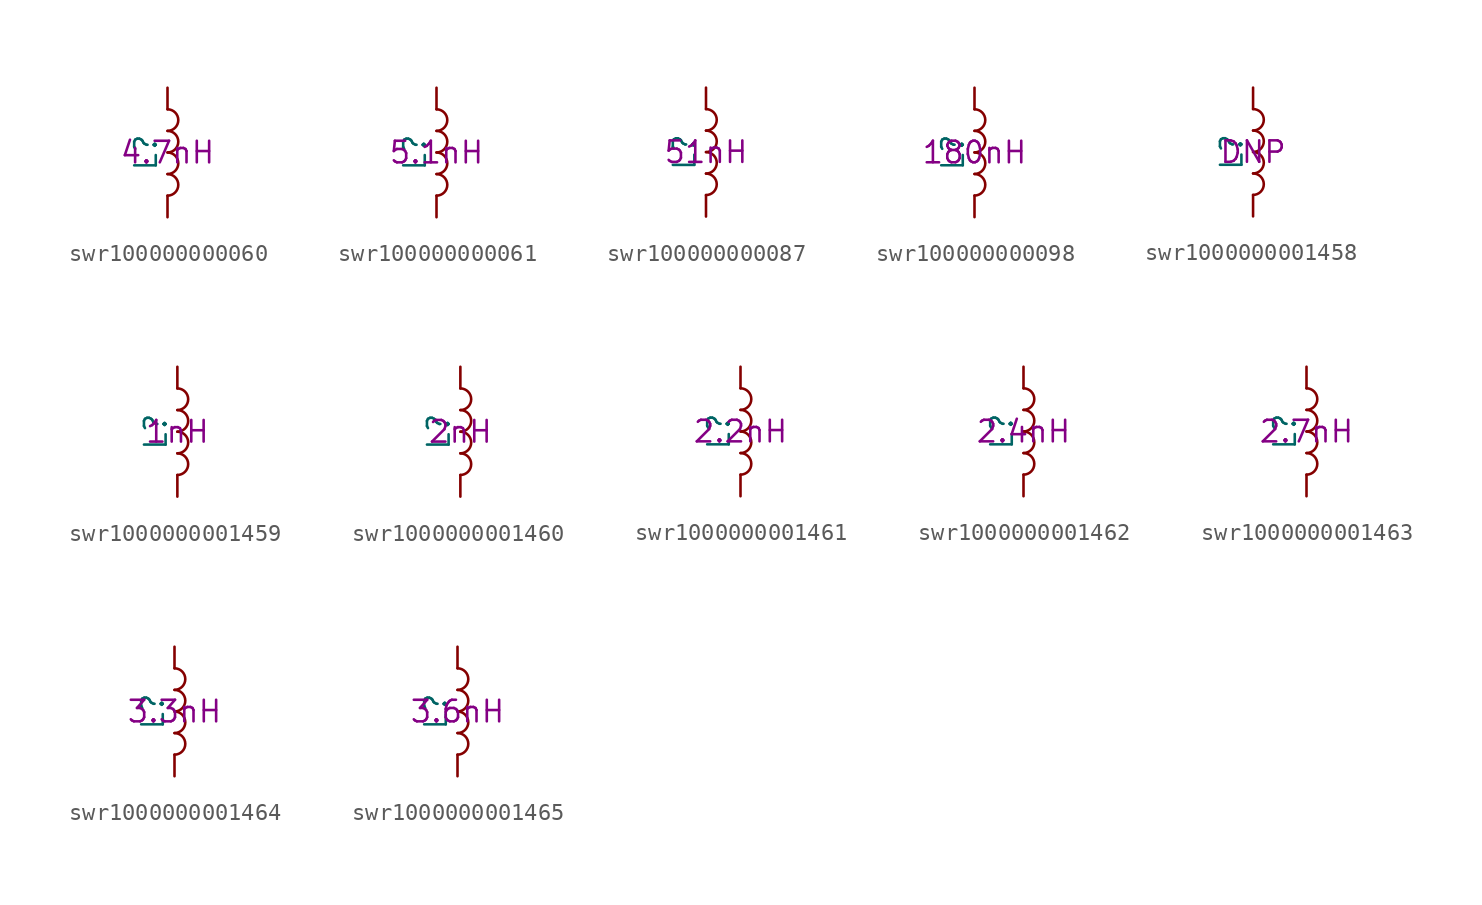
<source format=kicad_sym>
(kicad_symbol_lib
  (version 20220914)
  (generator kicad_symbol_editor)
  (symbol "swr100000000060"
    (pin_numbers hide)
    (pin_names
      (offset 1.016) hide)
    (property "Reference" "L"
      (at -1.27 0 90)
      (effects (font (size 1.27 1.27))))
    (property "PartValue" "4.7nH"
      (at 0 0 0)
      (effects (font (size 1.27 1.27))))
    (symbol "swr100000000060_0_1"
      (arc (start 0 -2.54) (mid 0.6323 -1.905) (end 0 -1.27) (stroke (width 0) (type default)) (fill (type none)))
      (arc (start 0 -1.27) (mid 0.6323 -0.635) (end 0 0) (stroke (width 0) (type default)) (fill (type none)))
      (arc (start 0 0) (mid 0.6323 0.635) (end 0 1.27) (stroke (width 0) (type default)) (fill (type none)))
      (arc (start 0 1.27) (mid 0.6323 1.905) (end 0 2.54) (stroke (width 0) (type default)) (fill (type none))))
    (symbol "swr100000000060_1_1"
      (pin passive line (at 0 3.81 270) (length 1.27) (name "1" (effects (font (size 1.27 1.27)))) (number "1" (effects (font (size 1.27 1.27)))))
      (pin passive line (at 0 -3.81 90) (length 1.27) (name "2" (effects (font (size 1.27 1.27)))) (number "2" (effects (font (size 1.27 1.27)))))))
  (symbol "swr100000000061"
    (pin_numbers hide)
    (pin_names
      (offset 1.016) hide)
    (property "Reference" "L"
      (at -1.27 0 90)
      (effects (font (size 1.27 1.27))))
    (property "PartValue" "5.1nH"
      (at 0 0 0)
      (effects (font (size 1.27 1.27))))
    (symbol "swr100000000061_0_1"
      (arc (start 0 -2.54) (mid 0.6323 -1.905) (end 0 -1.27) (stroke (width 0) (type default)) (fill (type none)))
      (arc (start 0 -1.27) (mid 0.6323 -0.635) (end 0 0) (stroke (width 0) (type default)) (fill (type none)))
      (arc (start 0 0) (mid 0.6323 0.635) (end 0 1.27) (stroke (width 0) (type default)) (fill (type none)))
      (arc (start 0 1.27) (mid 0.6323 1.905) (end 0 2.54) (stroke (width 0) (type default)) (fill (type none))))
    (symbol "swr100000000061_1_1"
      (pin passive line (at 0 3.81 270) (length 1.27) (name "1" (effects (font (size 1.27 1.27)))) (number "1" (effects (font (size 1.27 1.27)))))
      (pin passive line (at 0 -3.81 90) (length 1.27) (name "2" (effects (font (size 1.27 1.27)))) (number "2" (effects (font (size 1.27 1.27)))))))
  (symbol "swr100000000087"
    (pin_numbers hide)
    (pin_names
      (offset 1.016) hide)
    (property "Reference" "L"
      (at -1.27 0 90)
      (effects (font (size 1.27 1.27))))
    (property "PartValue" "51nH"
      (at 0 0 0)
      (effects (font (size 1.27 1.27))))
    (symbol "swr100000000087_0_1"
      (arc (start 0 -2.54) (mid 0.6323 -1.905) (end 0 -1.27) (stroke (width 0) (type default)) (fill (type none)))
      (arc (start 0 -1.27) (mid 0.6323 -0.635) (end 0 0) (stroke (width 0) (type default)) (fill (type none)))
      (arc (start 0 0) (mid 0.6323 0.635) (end 0 1.27) (stroke (width 0) (type default)) (fill (type none)))
      (arc (start 0 1.27) (mid 0.6323 1.905) (end 0 2.54) (stroke (width 0) (type default)) (fill (type none))))
    (symbol "swr100000000087_1_1"
      (pin passive line (at 0 3.81 270) (length 1.27) (name "1" (effects (font (size 1.27 1.27)))) (number "1" (effects (font (size 1.27 1.27)))))
      (pin passive line (at 0 -3.81 90) (length 1.27) (name "2" (effects (font (size 1.27 1.27)))) (number "2" (effects (font (size 1.27 1.27)))))))
  (symbol "swr100000000098"
    (pin_numbers hide)
    (pin_names
      (offset 1.016) hide)
    (property "Reference" "L"
      (at -1.27 0 90)
      (effects (font (size 1.27 1.27))))
    (property "PartValue" "180nH"
      (at 0 0 0)
      (effects (font (size 1.27 1.27))))
    (symbol "swr100000000098_0_1"
      (arc (start 0 -2.54) (mid 0.6323 -1.905) (end 0 -1.27) (stroke (width 0) (type default)) (fill (type none)))
      (arc (start 0 -1.27) (mid 0.6323 -0.635) (end 0 0) (stroke (width 0) (type default)) (fill (type none)))
      (arc (start 0 0) (mid 0.6323 0.635) (end 0 1.27) (stroke (width 0) (type default)) (fill (type none)))
      (arc (start 0 1.27) (mid 0.6323 1.905) (end 0 2.54) (stroke (width 0) (type default)) (fill (type none))))
    (symbol "swr100000000098_1_1"
      (pin passive line (at 0 3.81 270) (length 1.27) (name "1" (effects (font (size 1.27 1.27)))) (number "1" (effects (font (size 1.27 1.27)))))
      (pin passive line (at 0 -3.81 90) (length 1.27) (name "2" (effects (font (size 1.27 1.27)))) (number "2" (effects (font (size 1.27 1.27)))))))
  (symbol "swr1000000001458"
    (pin_numbers hide)
    (pin_names
      (offset 1.016) hide)
    (property "Reference" "L"
      (at -1.27 0 90)
      (effects (font (size 1.27 1.27))))
    (property "PartValue" "DNP"
      (at 0 0 0)
      (effects (font (size 1.27 1.27))))
    (symbol "swr1000000001458_0_1"
      (arc (start 0 -2.54) (mid 0.6323 -1.905) (end 0 -1.27) (stroke (width 0) (type default)) (fill (type none)))
      (arc (start 0 -1.27) (mid 0.6323 -0.635) (end 0 0) (stroke (width 0) (type default)) (fill (type none)))
      (arc (start 0 0) (mid 0.6323 0.635) (end 0 1.27) (stroke (width 0) (type default)) (fill (type none)))
      (arc (start 0 1.27) (mid 0.6323 1.905) (end 0 2.54) (stroke (width 0) (type default)) (fill (type none))))
    (symbol "swr1000000001458_1_1"
      (pin passive line (at 0 3.81 270) (length 1.27) (name "1" (effects (font (size 1.27 1.27)))) (number "1" (effects (font (size 1.27 1.27)))))
      (pin passive line (at 0 -3.81 90) (length 1.27) (name "2" (effects (font (size 1.27 1.27)))) (number "2" (effects (font (size 1.27 1.27)))))))
  (symbol "swr1000000001459"
    (pin_numbers hide)
    (pin_names
      (offset 1.016) hide)
    (property "Reference" "L"
      (at -1.27 0 90)
      (effects (font (size 1.27 1.27))))
    (property "PartValue" "1nH"
      (at 0 0 0)
      (effects (font (size 1.27 1.27))))
    (symbol "swr1000000001459_0_1"
      (arc (start 0 -2.54) (mid 0.6323 -1.905) (end 0 -1.27) (stroke (width 0) (type default)) (fill (type none)))
      (arc (start 0 -1.27) (mid 0.6323 -0.635) (end 0 0) (stroke (width 0) (type default)) (fill (type none)))
      (arc (start 0 0) (mid 0.6323 0.635) (end 0 1.27) (stroke (width 0) (type default)) (fill (type none)))
      (arc (start 0 1.27) (mid 0.6323 1.905) (end 0 2.54) (stroke (width 0) (type default)) (fill (type none))))
    (symbol "swr1000000001459_1_1"
      (pin passive line (at 0 3.81 270) (length 1.27) (name "1" (effects (font (size 1.27 1.27)))) (number "1" (effects (font (size 1.27 1.27)))))
      (pin passive line (at 0 -3.81 90) (length 1.27) (name "2" (effects (font (size 1.27 1.27)))) (number "2" (effects (font (size 1.27 1.27)))))))
  (symbol "swr1000000001460"
    (pin_numbers hide)
    (pin_names
      (offset 1.016) hide)
    (property "Reference" "L"
      (at -1.27 0 90)
      (effects (font (size 1.27 1.27))))
    (property "PartValue" "2nH"
      (at 0 0 0)
      (effects (font (size 1.27 1.27))))
    (symbol "swr1000000001460_0_1"
      (arc (start 0 -2.54) (mid 0.6323 -1.905) (end 0 -1.27) (stroke (width 0) (type default)) (fill (type none)))
      (arc (start 0 -1.27) (mid 0.6323 -0.635) (end 0 0) (stroke (width 0) (type default)) (fill (type none)))
      (arc (start 0 0) (mid 0.6323 0.635) (end 0 1.27) (stroke (width 0) (type default)) (fill (type none)))
      (arc (start 0 1.27) (mid 0.6323 1.905) (end 0 2.54) (stroke (width 0) (type default)) (fill (type none))))
    (symbol "swr1000000001460_1_1"
      (pin passive line (at 0 3.81 270) (length 1.27) (name "1" (effects (font (size 1.27 1.27)))) (number "1" (effects (font (size 1.27 1.27)))))
      (pin passive line (at 0 -3.81 90) (length 1.27) (name "2" (effects (font (size 1.27 1.27)))) (number "2" (effects (font (size 1.27 1.27)))))))
  (symbol "swr1000000001461"
    (pin_numbers hide)
    (pin_names
      (offset 1.016) hide)
    (property "Reference" "L"
      (at -1.27 0 90)
      (effects (font (size 1.27 1.27))))
    (property "PartValue" "2.2nH"
      (at 0 0 0)
      (effects (font (size 1.27 1.27))))
    (symbol "swr1000000001461_0_1"
      (arc (start 0 -2.54) (mid 0.6323 -1.905) (end 0 -1.27) (stroke (width 0) (type default)) (fill (type none)))
      (arc (start 0 -1.27) (mid 0.6323 -0.635) (end 0 0) (stroke (width 0) (type default)) (fill (type none)))
      (arc (start 0 0) (mid 0.6323 0.635) (end 0 1.27) (stroke (width 0) (type default)) (fill (type none)))
      (arc (start 0 1.27) (mid 0.6323 1.905) (end 0 2.54) (stroke (width 0) (type default)) (fill (type none))))
    (symbol "swr1000000001461_1_1"
      (pin passive line (at 0 3.81 270) (length 1.27) (name "1" (effects (font (size 1.27 1.27)))) (number "1" (effects (font (size 1.27 1.27)))))
      (pin passive line (at 0 -3.81 90) (length 1.27) (name "2" (effects (font (size 1.27 1.27)))) (number "2" (effects (font (size 1.27 1.27)))))))
  (symbol "swr1000000001462"
    (pin_numbers hide)
    (pin_names
      (offset 1.016) hide)
    (property "Reference" "L"
      (at -1.27 0 90)
      (effects (font (size 1.27 1.27))))
    (property "PartValue" "2.4nH"
      (at 0 0 0)
      (effects (font (size 1.27 1.27))))
    (symbol "swr1000000001462_0_1"
      (arc (start 0 -2.54) (mid 0.6323 -1.905) (end 0 -1.27) (stroke (width 0) (type default)) (fill (type none)))
      (arc (start 0 -1.27) (mid 0.6323 -0.635) (end 0 0) (stroke (width 0) (type default)) (fill (type none)))
      (arc (start 0 0) (mid 0.6323 0.635) (end 0 1.27) (stroke (width 0) (type default)) (fill (type none)))
      (arc (start 0 1.27) (mid 0.6323 1.905) (end 0 2.54) (stroke (width 0) (type default)) (fill (type none))))
    (symbol "swr1000000001462_1_1"
      (pin passive line (at 0 3.81 270) (length 1.27) (name "1" (effects (font (size 1.27 1.27)))) (number "1" (effects (font (size 1.27 1.27)))))
      (pin passive line (at 0 -3.81 90) (length 1.27) (name "2" (effects (font (size 1.27 1.27)))) (number "2" (effects (font (size 1.27 1.27)))))))
  (symbol "swr1000000001463"
    (pin_numbers hide)
    (pin_names
      (offset 1.016) hide)
    (property "Reference" "L"
      (at -1.27 0 90)
      (effects (font (size 1.27 1.27))))
    (property "PartValue" "2.7nH"
      (at 0 0 0)
      (effects (font (size 1.27 1.27))))
    (symbol "swr1000000001463_0_1"
      (arc (start 0 -2.54) (mid 0.6323 -1.905) (end 0 -1.27) (stroke (width 0) (type default)) (fill (type none)))
      (arc (start 0 -1.27) (mid 0.6323 -0.635) (end 0 0) (stroke (width 0) (type default)) (fill (type none)))
      (arc (start 0 0) (mid 0.6323 0.635) (end 0 1.27) (stroke (width 0) (type default)) (fill (type none)))
      (arc (start 0 1.27) (mid 0.6323 1.905) (end 0 2.54) (stroke (width 0) (type default)) (fill (type none))))
    (symbol "swr1000000001463_1_1"
      (pin passive line (at 0 3.81 270) (length 1.27) (name "1" (effects (font (size 1.27 1.27)))) (number "1" (effects (font (size 1.27 1.27)))))
      (pin passive line (at 0 -3.81 90) (length 1.27) (name "2" (effects (font (size 1.27 1.27)))) (number "2" (effects (font (size 1.27 1.27)))))))
  (symbol "swr1000000001464"
    (pin_numbers hide)
    (pin_names
      (offset 1.016) hide)
    (property "Reference" "L"
      (at -1.27 0 90)
      (effects (font (size 1.27 1.27))))
    (property "PartValue" "3.3nH"
      (at 0 0 0)
      (effects (font (size 1.27 1.27))))
    (symbol "swr1000000001464_0_1"
      (arc (start 0 -2.54) (mid 0.6323 -1.905) (end 0 -1.27) (stroke (width 0) (type default)) (fill (type none)))
      (arc (start 0 -1.27) (mid 0.6323 -0.635) (end 0 0) (stroke (width 0) (type default)) (fill (type none)))
      (arc (start 0 0) (mid 0.6323 0.635) (end 0 1.27) (stroke (width 0) (type default)) (fill (type none)))
      (arc (start 0 1.27) (mid 0.6323 1.905) (end 0 2.54) (stroke (width 0) (type default)) (fill (type none))))
    (symbol "swr1000000001464_1_1"
      (pin passive line (at 0 3.81 270) (length 1.27) (name "1" (effects (font (size 1.27 1.27)))) (number "1" (effects (font (size 1.27 1.27)))))
      (pin passive line (at 0 -3.81 90) (length 1.27) (name "2" (effects (font (size 1.27 1.27)))) (number "2" (effects (font (size 1.27 1.27)))))))
  (symbol "swr1000000001465"
    (pin_numbers hide)
    (pin_names
      (offset 1.016) hide)
    (property "Reference" "L"
      (at -1.27 0 90)
      (effects (font (size 1.27 1.27))))
    (property "PartValue" "3.6nH"
      (at 0 0 0)
      (effects (font (size 1.27 1.27))))
    (symbol "swr1000000001465_0_1"
      (arc (start 0 -2.54) (mid 0.6323 -1.905) (end 0 -1.27) (stroke (width 0) (type default)) (fill (type none)))
      (arc (start 0 -1.27) (mid 0.6323 -0.635) (end 0 0) (stroke (width 0) (type default)) (fill (type none)))
      (arc (start 0 0) (mid 0.6323 0.635) (end 0 1.27) (stroke (width 0) (type default)) (fill (type none)))
      (arc (start 0 1.27) (mid 0.6323 1.905) (end 0 2.54) (stroke (width 0) (type default)) (fill (type none))))
    (symbol "swr1000000001465_1_1"
      (pin passive line (at 0 3.81 270) (length 1.27) (name "1" (effects (font (size 1.27 1.27)))) (number "1" (effects (font (size 1.27 1.27)))))
      (pin passive line (at 0 -3.81 90) (length 1.27) (name "2" (effects (font (size 1.27 1.27)))) (number "2" (effects (font (size 1.27 1.27))))))))
</source>
